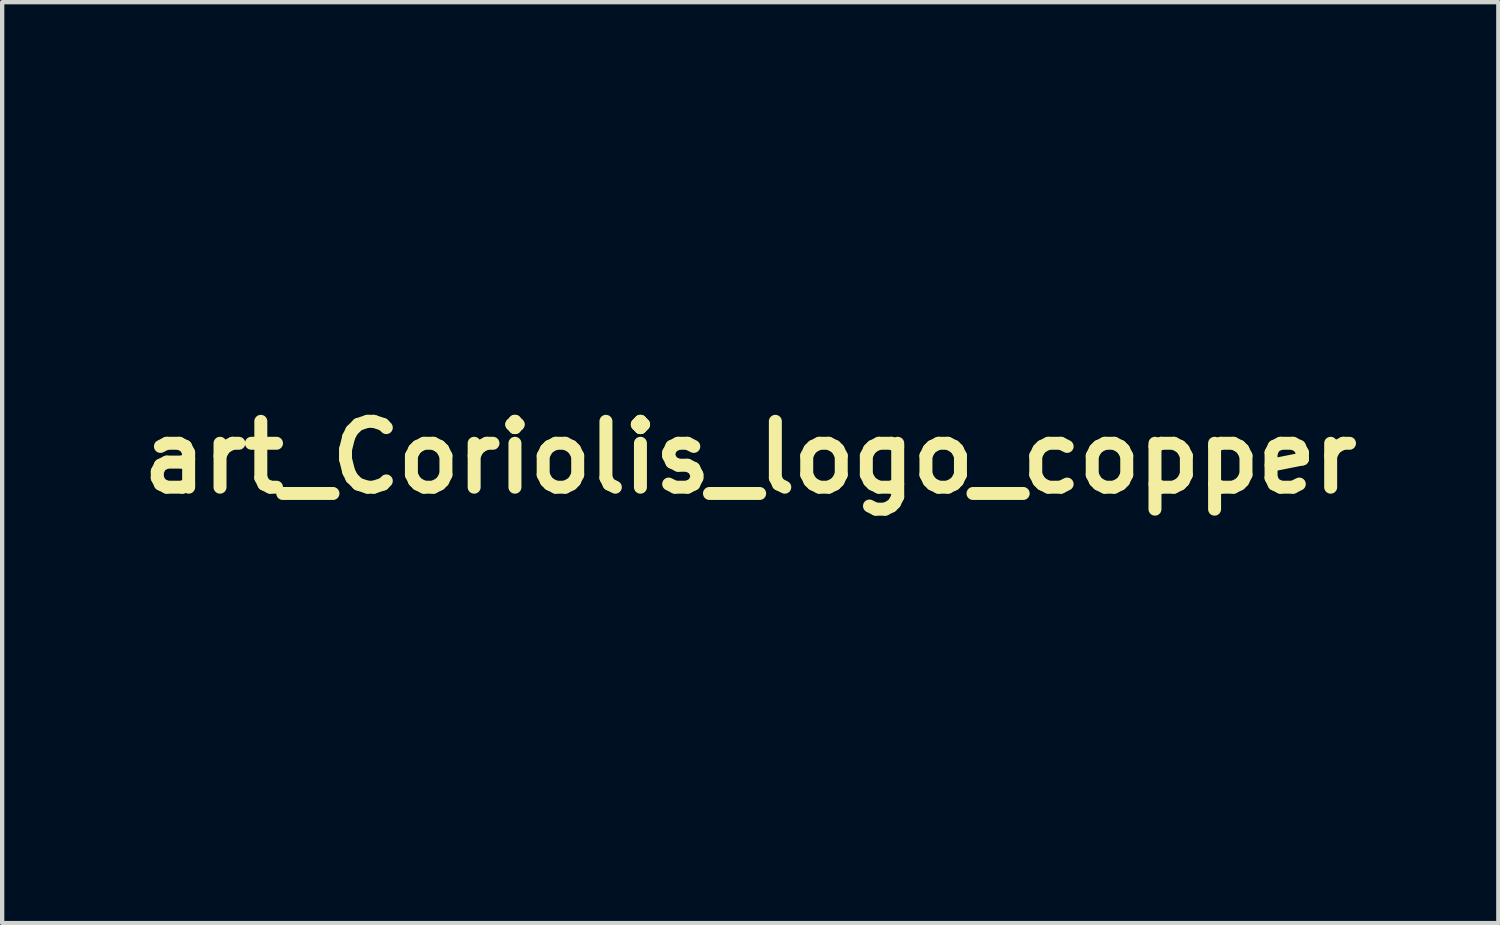
<source format=kicad_pcb>
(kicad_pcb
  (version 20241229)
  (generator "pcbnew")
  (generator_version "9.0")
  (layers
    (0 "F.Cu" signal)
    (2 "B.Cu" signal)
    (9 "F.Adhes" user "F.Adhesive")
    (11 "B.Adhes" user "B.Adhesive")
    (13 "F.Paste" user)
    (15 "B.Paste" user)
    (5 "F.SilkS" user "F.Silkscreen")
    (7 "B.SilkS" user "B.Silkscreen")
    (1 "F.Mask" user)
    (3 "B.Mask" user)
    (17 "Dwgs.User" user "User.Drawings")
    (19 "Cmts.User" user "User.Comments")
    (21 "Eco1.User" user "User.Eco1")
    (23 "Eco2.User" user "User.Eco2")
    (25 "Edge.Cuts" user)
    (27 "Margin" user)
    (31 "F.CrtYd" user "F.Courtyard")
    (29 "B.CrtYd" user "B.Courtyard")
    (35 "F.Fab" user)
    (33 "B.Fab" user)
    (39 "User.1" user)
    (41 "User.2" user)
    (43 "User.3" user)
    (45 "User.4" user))
  (footprint "art_Coriolis_logo_copper"
    (layer "F.Cu")
    (at 14.32 8.144)
    (property "Reference" "art_Coriolis_logo_copper" (at -0.016 -0.614 0) (layer "F.SilkS") (effects (font (size 1.524 1.524) (thickness 0.3))))
    (attr through_hole)
    (fp_poly (pts (xy -0.011 -0.493) (xy -0.016 -0.488) (xy -0.021 -0.493) (xy -0.016 -0.498) (xy -0.011 -0.493)) (stroke (width 0.01) (type solid)) (fill yes) (layer "F.Mask"))
    (fp_poly (pts (xy -0.305 -8.135) (xy -0.274 -8.122) (xy -0.23 -8.102) (xy -0.173 -8.076) (xy -0.107 -8.045) (xy -0.033 -8.011) (xy 0.046 -7.973) (xy 0.128 -7.934) (xy 0.21 -7.894) (xy 0.29 -7.855) (xy 0.367 -7.817) (xy 0.433 -7.784) (xy 0.784 -7.604) (xy 1.133 -7.418) (xy 1.477 -7.227) (xy 1.816 -7.034) (xy 2.147 -6.838) (xy 2.469 -6.64) (xy 2.781 -6.442) (xy 3.08 -6.245) (xy 3.365 -6.049) (xy 3.636 -5.856) (xy 3.889 -5.666) (xy 4.123 -5.481) (xy 4.153 -5.457) (xy 4.285 -5.347) (xy 4.418 -5.231) (xy 4.551 -5.112) (xy 4.681 -4.992) (xy 4.805 -4.874) (xy 4.919 -4.761) (xy 5.023 -4.654) (xy 5.111 -4.557) (xy 5.116 -4.552) (xy 5.287 -4.346) (xy 5.439 -4.143) (xy 5.571 -3.942) (xy 5.683 -3.742) (xy 5.775 -3.546) (xy 5.847 -3.352) (xy 5.9 -3.162) (xy 5.932 -2.975) (xy 5.944 -2.792) (xy 5.935 -2.613) (xy 5.916 -2.488) (xy 5.873 -2.32) (xy 5.809 -2.156) (xy 5.724 -1.997) (xy 5.619 -1.843) (xy 5.494 -1.693) (xy 5.349 -1.548) (xy 5.184 -1.409) (xy 4.999 -1.275) (xy 4.794 -1.146) (xy 4.645 -1.062) (xy 4.434 -0.956) (xy 4.203 -0.854) (xy 3.952 -0.757) (xy 3.681 -0.663) (xy 3.391 -0.573) (xy 3.081 -0.487) (xy 2.753 -0.405) (xy 2.407 -0.328) (xy 2.042 -0.255) (xy 1.659 -0.186) (xy 1.259 -0.122) (xy 0.843 -0.063) (xy 0.568 -0.027) (xy 0.488 -0.017) (xy 0.413 -0.008) (xy 0.346 0.000327) (xy 0.291 0.007) (xy 0.249 0.013) (xy 0.226 0.016) (xy 0.224 0.016) (xy 0.179 0.022) (xy 0.179 0.177) (xy 0.179 0.242) (xy 0.178 0.324) (xy 0.177 0.422) (xy 0.175 0.535) (xy 0.172 0.663) (xy 0.169 0.804) (xy 0.166 0.957) (xy 0.162 1.122) (xy 0.158 1.298) (xy 0.153 1.484) (xy 0.148 1.678) (xy 0.143 1.88) (xy 0.137 2.09) (xy 0.131 2.305) (xy 0.125 2.526) (xy 0.119 2.751) (xy 0.112 2.98) (xy 0.106 3.21) (xy 0.099 3.443) (xy 0.092 3.676) (xy 0.085 3.909) (xy 0.078 4.141) (xy 0.071 4.37) (xy 0.064 4.597) (xy 0.057 4.819) (xy 0.051 5.037) (xy 0.044 5.249) (xy 0.037 5.455) (xy 0.031 5.653) (xy 0.024 5.842) (xy 0.018 6.023) (xy 0.012 6.192) (xy 0.007 6.351) (xy 0.001 6.497) (xy -0.004 6.631) (xy -0.008 6.751) (xy -0.013 6.855) (xy -0.016 6.944) (xy -0.02 7.017) (xy -0.023 7.071) (xy -0.026 7.108) (xy -0.028 7.124) (xy -0.029 7.122) (xy -0.03 7.104) (xy -0.032 7.066) (xy -0.034 7.009) (xy -0.037 6.935) (xy -0.041 6.846) (xy -0.044 6.742) (xy -0.049 6.624) (xy -0.053 6.495) (xy -0.058 6.355) (xy -0.063 6.205) (xy -0.068 6.048) (xy -0.074 5.884) (xy -0.08 5.715) (xy -0.085 5.542) (xy -0.091 5.366) (xy -0.097 5.189) (xy -0.103 5.011) (xy -0.108 4.835) (xy -0.114 4.661) (xy -0.119 4.492) (xy -0.124 4.327) (xy -0.129 4.169) (xy -0.133 4.053) (xy -0.139 3.848) (xy -0.145 3.625) (xy -0.152 3.388) (xy -0.159 3.141) (xy -0.166 2.887) (xy -0.173 2.629) (xy -0.179 2.372) (xy -0.186 2.118) (xy -0.192 1.871) (xy -0.198 1.635) (xy -0.203 1.413) (xy -0.207 1.285) (xy -0.21 1.158) (xy -0.213 1.03) (xy -0.216 0.903) (xy -0.219 0.78) (xy -0.221 0.664) (xy -0.224 0.559) (xy -0.226 0.466) (xy -0.228 0.39) (xy -0.229 0.343) (xy -0.236 0.067) (xy -0.264 0.07) (xy -0.57 0.107) (xy -0.856 0.143) (xy -1.125 0.18) (xy -1.378 0.216) (xy -1.616 0.253) (xy -1.843 0.29) (xy -2.059 0.329) (xy -2.266 0.369) (xy -2.465 0.41) (xy -2.66 0.454) (xy -2.731 0.47) (xy -2.982 0.532) (xy -3.227 0.599) (xy -3.464 0.669) (xy -3.692 0.742) (xy -3.909 0.817) (xy -4.113 0.894) (xy -4.303 0.973) (xy -4.477 1.052) (xy -4.633 1.131) (xy -4.769 1.209) (xy -4.774 1.212) (xy -4.902 1.298) (xy -5.025 1.392) (xy -5.137 1.492) (xy -5.237 1.593) (xy -5.319 1.694) (xy -5.328 1.706) (xy -5.372 1.776) (xy -5.416 1.858) (xy -5.455 1.945) (xy -5.485 2.029) (xy -5.494 2.058) (xy -5.507 2.124) (xy -5.517 2.204) (xy -5.523 2.292) (xy -5.524 2.382) (xy -5.521 2.467) (xy -5.514 2.54) (xy -5.51 2.562) (xy -5.472 2.709) (xy -5.418 2.861) (xy -5.346 3.016) (xy -5.257 3.175) (xy -5.15 3.34) (xy -5.025 3.511) (xy -4.881 3.687) (xy -4.719 3.871) (xy -4.562 4.036) (xy -4.331 4.264) (xy -4.085 4.491) (xy -3.823 4.717) (xy -3.545 4.942) (xy -3.249 5.168) (xy -2.937 5.394) (xy -2.606 5.62) (xy -2.257 5.849) (xy -1.888 6.079) (xy -1.499 6.311) (xy -1.323 6.412) (xy -1.142 6.517) (xy -0.979 6.611) (xy -0.832 6.695) (xy -0.701 6.771) (xy -0.585 6.838) (xy -0.483 6.897) (xy -0.394 6.948) (xy -0.318 6.992) (xy -0.253 7.03) (xy -0.199 7.061) (xy -0.155 7.087) (xy -0.12 7.108) (xy -0.094 7.124) (xy -0.074 7.136) (xy -0.062 7.145) (xy -0.055 7.15) (xy -0.052 7.153) (xy -0.054 7.153) (xy -0.064 7.148) (xy -0.091 7.136) (xy -0.132 7.116) (xy -0.185 7.091) (xy -0.246 7.062) (xy -0.315 7.029) (xy -0.318 7.027) (xy -0.544 6.918) (xy -0.752 6.818) (xy -0.943 6.725) (xy -1.119 6.64) (xy -1.28 6.561) (xy -1.429 6.488) (xy -1.565 6.421) (xy -1.691 6.358) (xy -1.807 6.299) (xy -1.915 6.244) (xy -2.015 6.192) (xy -2.11 6.142) (xy -2.2 6.094) (xy -2.287 6.047) (xy -2.371 6) (xy -2.454 5.954) (xy -2.537 5.906) (xy -2.622 5.857) (xy -2.709 5.805) (xy -2.8 5.752) (xy -2.885 5.701) (xy -3.245 5.478) (xy -3.587 5.253) (xy -3.91 5.025) (xy -4.216 4.794) (xy -4.506 4.558) (xy -4.633 4.449) (xy -4.697 4.392) (xy -4.77 4.325) (xy -4.849 4.25) (xy -4.931 4.17) (xy -5.013 4.089) (xy -5.093 4.008) (xy -5.169 3.93) (xy -5.238 3.858) (xy -5.296 3.795) (xy -5.343 3.742) (xy -5.351 3.732) (xy -5.498 3.543) (xy -5.626 3.356) (xy -5.735 3.17) (xy -5.825 2.988) (xy -5.895 2.808) (xy -5.945 2.633) (xy -5.95 2.61) (xy -5.963 2.531) (xy -5.971 2.437) (xy -5.975 2.336) (xy -5.975 2.232) (xy -5.969 2.132) (xy -5.959 2.043) (xy -5.951 1.994) (xy -5.919 1.867) (xy -5.882 1.752) (xy -5.835 1.64) (xy -5.823 1.613) (xy -5.779 1.528) (xy -5.734 1.45) (xy -5.683 1.376) (xy -5.625 1.302) (xy -5.557 1.225) (xy -5.476 1.141) (xy -5.434 1.1) (xy -5.315 0.99) (xy -5.189 0.887) (xy -5.056 0.789) (xy -4.912 0.695) (xy -4.758 0.606) (xy -4.591 0.519) (xy -4.41 0.435) (xy -4.214 0.352) (xy -4.002 0.271) (xy -3.771 0.19) (xy -3.521 0.108) (xy -3.46 0.089) (xy -3.175 0.004) (xy -2.883 -0.075) (xy -2.583 -0.149) (xy -2.273 -0.217) (xy -1.951 -0.282) (xy -1.615 -0.342) (xy -1.263 -0.398) (xy -0.893 -0.451) (xy -0.524 -0.499) (xy -0.451 -0.508) (xy -0.384 -0.516) (xy -0.328 -0.523) (xy -0.285 -0.529) (xy -0.257 -0.532) (xy -0.248 -0.534) (xy -0.248 -0.544) (xy -0.248 -0.574) (xy -0.248 -0.62) (xy -0.249 -0.681) (xy -0.25 -0.695) (xy 0.202 -0.695) (xy 0.202 -0.639) (xy 0.204 -0.602) (xy 0.206 -0.584) (xy 0.207 -0.583) (xy 0.22 -0.584) (xy 0.251 -0.588) (xy 0.297 -0.593) (xy 0.356 -0.601) (xy 0.425 -0.61) (xy 0.501 -0.619) (xy 0.508 -0.62) (xy 0.914 -0.676) (xy 1.305 -0.736) (xy 1.679 -0.8) (xy 2.038 -0.87) (xy 2.38 -0.943) (xy 2.706 -1.021) (xy 3.014 -1.103) (xy 3.305 -1.188) (xy 3.578 -1.278) (xy 3.833 -1.372) (xy 4.069 -1.469) (xy 4.286 -1.569) (xy 4.484 -1.673) (xy 4.662 -1.781) (xy 4.82 -1.891) (xy 4.958 -2.005) (xy 5.036 -2.081) (xy 5.14 -2.197) (xy 5.223 -2.314) (xy 5.287 -2.433) (xy 5.332 -2.555) (xy 5.359 -2.683) (xy 5.368 -2.817) (xy 5.368 -2.826) (xy 5.361 -2.955) (xy 5.338 -3.084) (xy 5.299 -3.214) (xy 5.244 -3.349) (xy 5.172 -3.489) (xy 5.081 -3.636) (xy 5.067 -3.657) (xy 4.935 -3.843) (xy 4.782 -4.033) (xy 4.609 -4.227) (xy 4.415 -4.425) (xy 4.203 -4.626) (xy 3.971 -4.831) (xy 3.72 -5.038) (xy 3.45 -5.249) (xy 3.161 -5.462) (xy 2.855 -5.677) (xy 2.53 -5.895) (xy 2.187 -6.114) (xy 1.828 -6.335) (xy 1.797 -6.354) (xy 1.713 -6.404) (xy 1.621 -6.458) (xy 1.522 -6.515) (xy 1.418 -6.575) (xy 1.31 -6.636) (xy 1.2 -6.698) (xy 1.09 -6.76) (xy 0.98 -6.821) (xy 0.873 -6.88) (xy 0.771 -6.936) (xy 0.673 -6.989) (xy 0.583 -7.038) (xy 0.502 -7.081) (xy 0.431 -7.118) (xy 0.371 -7.148) (xy 0.325 -7.171) (xy 0.294 -7.185) (xy 0.279 -7.189) (xy 0.278 -7.189) (xy 0.278 -7.178) (xy 0.277 -7.146) (xy 0.276 -7.096) (xy 0.276 -7.029) (xy 0.275 -6.945) (xy 0.274 -6.845) (xy 0.273 -6.732) (xy 0.272 -6.605) (xy 0.271 -6.467) (xy 0.27 -6.319) (xy 0.268 -6.161) (xy 0.267 -5.994) (xy 0.266 -5.821) (xy 0.265 -5.642) (xy 0.264 -5.636) (xy 0.262 -5.27) (xy 0.259 -4.922) (xy 0.256 -4.589) (xy 0.253 -4.269) (xy 0.25 -3.959) (xy 0.246 -3.656) (xy 0.243 -3.357) (xy 0.239 -3.059) (xy 0.235 -2.76) (xy 0.23 -2.457) (xy 0.225 -2.147) (xy 0.22 -1.827) (xy 0.214 -1.494) (xy 0.208 -1.146) (xy 0.204 -0.961) (xy 0.203 -0.857) (xy 0.202 -0.768) (xy 0.202 -0.695) (xy -0.25 -0.695) (xy -0.251 -0.754) (xy -0.252 -0.838) (xy -0.254 -0.929) (xy -0.255 -0.98) (xy -0.262 -1.348) (xy -0.269 -1.732) (xy -0.276 -2.127) (xy -0.282 -2.53) (xy -0.288 -2.938) (xy -0.293 -3.347) (xy -0.298 -3.753) (xy -0.302 -4.154) (xy -0.306 -4.545) (xy -0.309 -4.923) (xy -0.312 -5.285) (xy -0.313 -5.414) (xy -0.313 -5.586) (xy -0.315 -5.769) (xy -0.316 -5.96) (xy -0.317 -6.157) (xy -0.318 -6.354) (xy -0.319 -6.55) (xy -0.32 -6.739) (xy -0.321 -6.92) (xy -0.322 -7.087) (xy -0.323 -7.239) (xy -0.324 -7.295) (xy -0.325 -7.466) (xy -0.325 -7.615) (xy -0.326 -7.745) (xy -0.326 -7.855) (xy -0.325 -7.946) (xy -0.325 -8.019) (xy -0.323 -8.075) (xy -0.322 -8.113) (xy -0.32 -8.134) (xy -0.318 -8.139) (xy -0.305 -8.135)) (stroke (width 0.01) (type solid)) (fill yes) (layer "F.Mask")))
  (gr_rect
    (start -3 -3)
    (end 31.608 18.302)
    (stroke (width 0.1) (type default))
    (fill no)
    (layer "Edge.Cuts")))
</source>
